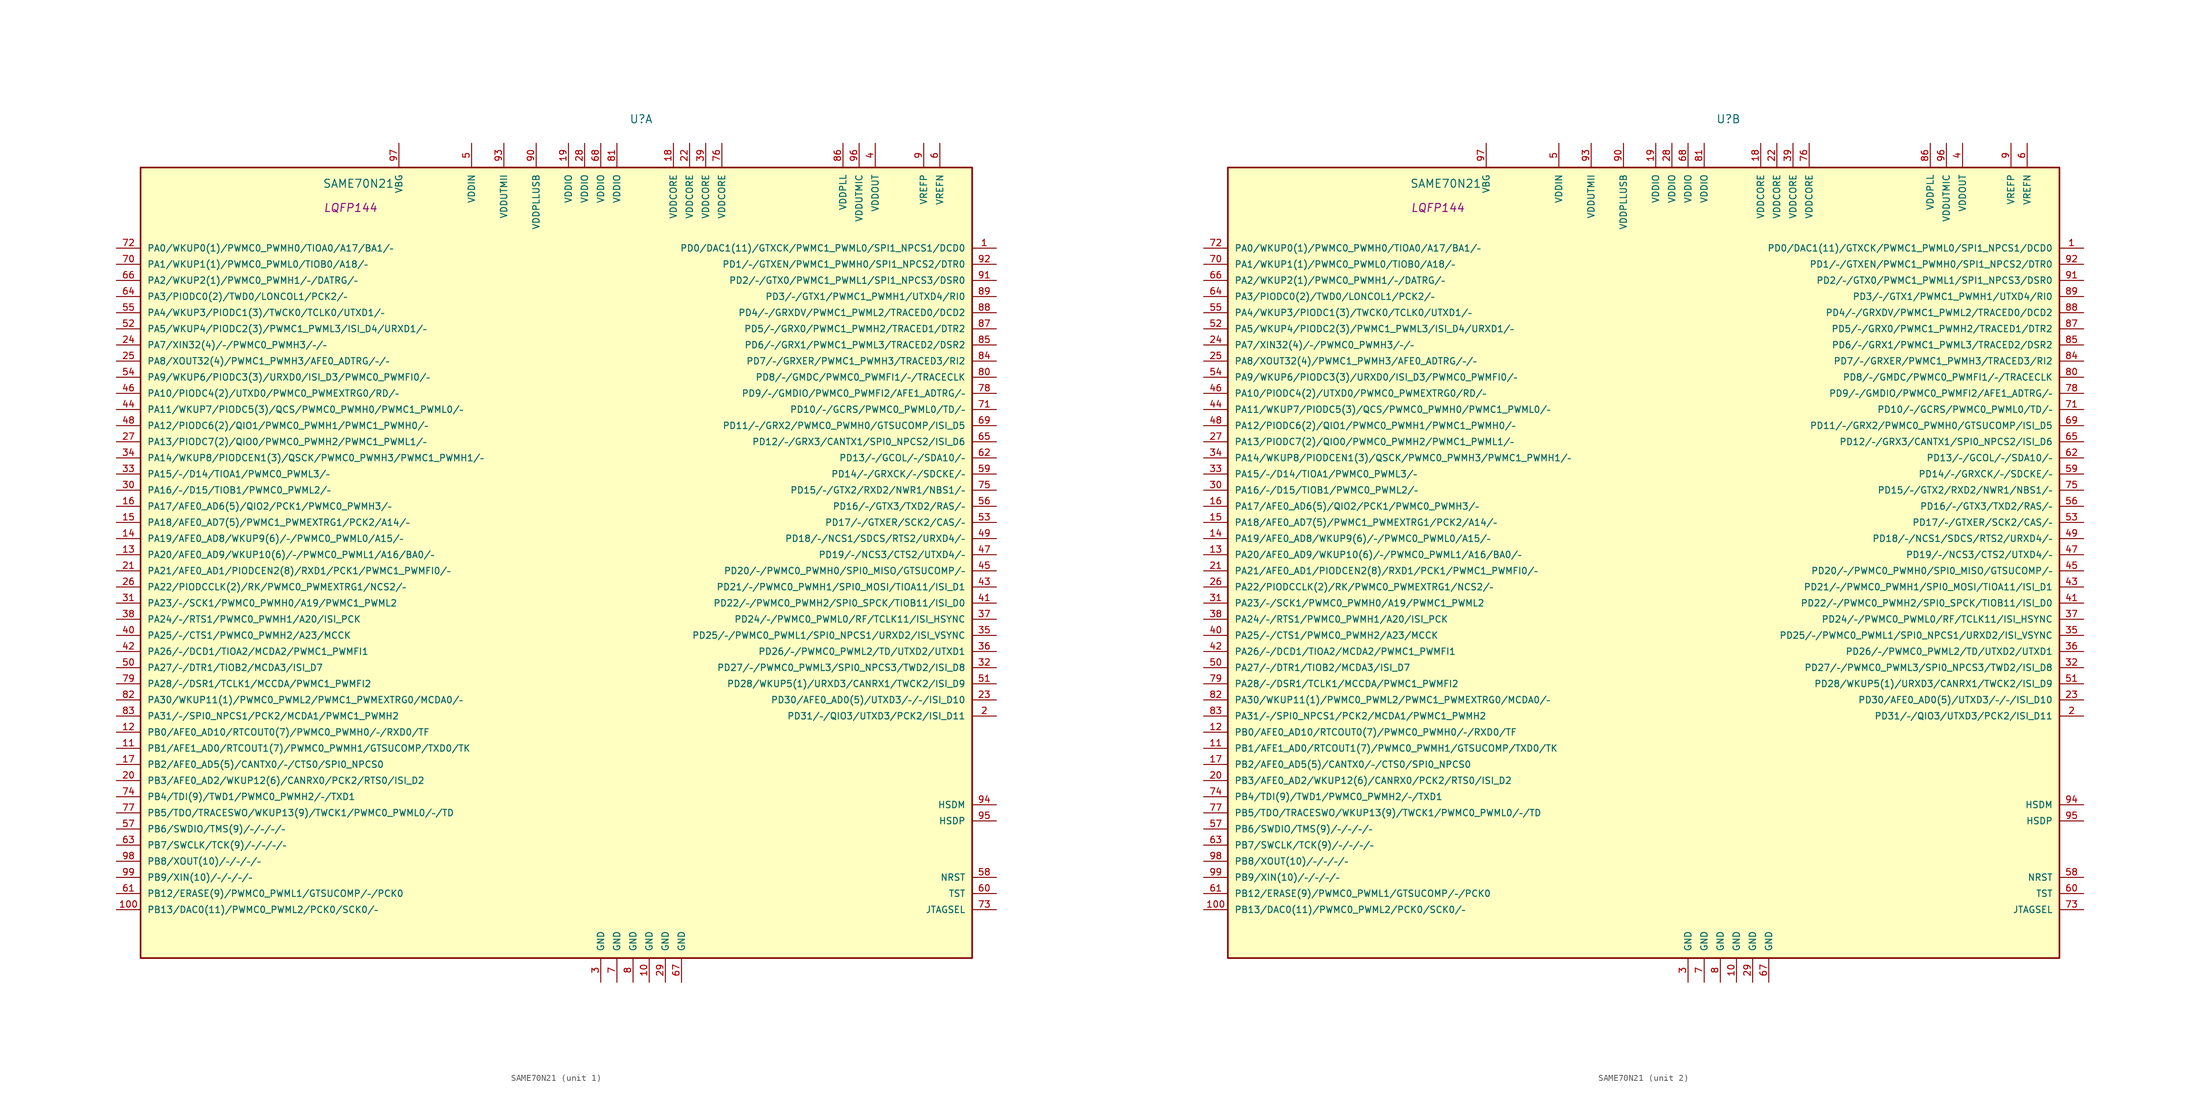
<source format=kicad_sym>
(kicad_symbol_lib
  (version 20231120)
  (generator "kicad_symbol_editor")
  (generator_version "8.0")
  (symbol "SAME70N21"
    (pin_names
      (offset 1.016))
    (property "Reference" "U"
      (at 0 69.85 0)
      (effects (font (size 1.27 1.27))))
    (property "Value" "SAME70N21"
      (at -44.45 59.69 0)
      (effects (font (size 1.27 1.27))))
    (property "Footprint" "LQFP144"
      (at -45.72 55.88 0)
      (effects (font (size 1.27 1.27) (italic yes))))
    (property "Datasheet" ""
      (at 1.27 11.43 0)
      (effects (font (size 1.27 1.27))))
    (property "ki_locked" ""
      (at 0 0 0)
      (effects (font (size 1.27 1.27))))
    (symbol "SAME70N21_0_1"
      (rectangle (start -78.74 62.23) (end 52.07 -62.23) (stroke (width 0.254) (type solid)) (fill (type background))))
    (symbol "SAME70N21_1_1"
      (pin bidirectional line (at 55.88 49.53 180) (length 3.81) (name "PD0/DAC1(11)/GTXCK/PWMC1_PWML0/SPI1_NPCS1/DCD0" (effects (font (size 1.016 1.016)))) (number "1" (effects (font (size 1.016 1.016)))))
      (pin power_in line (at 1.27 -66.04 90) (length 3.81) (name "GND" (effects (font (size 1.016 1.016)))) (number "10" (effects (font (size 1.016 1.016)))))
      (pin bidirectional line (at -82.55 -54.61 0) (length 3.81) (name "PB13/DAC0(11)/PWMC0_PWML2/PCK0/SCK0/–" (effects (font (size 1.016 1.016)))) (number "100" (effects (font (size 1.016 1.016)))))
      (pin bidirectional line (at -82.55 -29.21 0) (length 3.81) (name "PB1/AFE1_AD0/RTCOUT1(7)/PWMC0_PWMH1/GTSUCOMP/TXD0/TK" (effects (font (size 1.016 1.016)))) (number "11" (effects (font (size 1.016 1.016)))))
      (pin bidirectional line (at -82.55 -26.67 0) (length 3.81) (name "PB0/AFE0_AD10/RTCOUT0(7)/PWMC0_PWMH0/–/RXD0/TF" (effects (font (size 1.016 1.016)))) (number "12" (effects (font (size 1.016 1.016)))))
      (pin bidirectional line (at -82.55 1.27 0) (length 3.81) (name "PA20/AFE0_AD9/WKUP10(6)/–/PWMC0_PWML1/A16/BA0/–" (effects (font (size 1.016 1.016)))) (number "13" (effects (font (size 1.016 1.016)))))
      (pin bidirectional line (at -82.55 3.81 0) (length 3.81) (name "PA19/AFE0_AD8/WKUP9(6)/–/PWMC0_PWML0/A15/–" (effects (font (size 1.016 1.016)))) (number "14" (effects (font (size 1.016 1.016)))))
      (pin bidirectional line (at -82.55 6.35 0) (length 3.81) (name "PA18/AFE0_AD7(5)/PWMC1_PWMEXTRG1/PCK2/A14/–" (effects (font (size 1.016 1.016)))) (number "15" (effects (font (size 1.016 1.016)))))
      (pin bidirectional line (at -82.55 8.89 0) (length 3.81) (name "PA17/AFE0_AD6(5)/QIO2/PCK1/PWMC0_PWMH3/–" (effects (font (size 1.016 1.016)))) (number "16" (effects (font (size 1.016 1.016)))))
      (pin bidirectional line (at -82.55 -31.75 0) (length 3.81) (name "PB2/AFE0_AD5(5)/CANTX0/–/CTS0/SPI0_NPCS0" (effects (font (size 1.016 1.016)))) (number "17" (effects (font (size 1.016 1.016)))))
      (pin power_in line (at 5.08 66.04 270) (length 3.81) (name "VDDCORE" (effects (font (size 1.016 1.016)))) (number "18" (effects (font (size 1.016 1.016)))))
      (pin power_in line (at -11.43 66.04 270) (length 3.81) (name "VDDIO" (effects (font (size 1.016 1.016)))) (number "19" (effects (font (size 1.016 1.016)))))
      (pin bidirectional line (at 55.88 -24.13 180) (length 3.81) (name "PD31/–/QIO3/UTXD3/PCK2/ISI_D11" (effects (font (size 1.016 1.016)))) (number "2" (effects (font (size 1.016 1.016)))))
      (pin bidirectional line (at -82.55 -34.29 0) (length 3.81) (name "PB3/AFE0_AD2/WKUP12(6)/CANRX0/PCK2/RTS0/ISI_D2" (effects (font (size 1.016 1.016)))) (number "20" (effects (font (size 1.016 1.016)))))
      (pin bidirectional line (at -82.55 -1.27 0) (length 3.81) (name "PA21/AFE0_AD1/PIODCEN2(8)/RXD1/PCK1/PWMC1_PWMFI0/–" (effects (font (size 1.016 1.016)))) (number "21" (effects (font (size 1.016 1.016)))))
      (pin power_in line (at 7.62 66.04 270) (length 3.81) (name "VDDCORE" (effects (font (size 1.016 1.016)))) (number "22" (effects (font (size 1.016 1.016)))))
      (pin bidirectional line (at 55.88 -21.59 180) (length 3.81) (name "PD30/AFE0_AD0(5)/UTXD3/–/–/ISI_D10" (effects (font (size 1.016 1.016)))) (number "23" (effects (font (size 1.016 1.016)))))
      (pin bidirectional line (at -82.55 34.29 0) (length 3.81) (name "PA7/XIN32(4)/–/PWMC0_PWMH3/–/–" (effects (font (size 1.016 1.016)))) (number "24" (effects (font (size 1.016 1.016)))))
      (pin bidirectional line (at -82.55 31.75 0) (length 3.81) (name "PA8/XOUT32(4)/PWMC1_PWMH3/AFE0_ADTRG/–/–" (effects (font (size 1.016 1.016)))) (number "25" (effects (font (size 1.016 1.016)))))
      (pin bidirectional line (at -82.55 -3.81 0) (length 3.81) (name "PA22/PIODCCLK(2)/RK/PWMC0_PWMEXTRG1/NCS2/–" (effects (font (size 1.016 1.016)))) (number "26" (effects (font (size 1.016 1.016)))))
      (pin bidirectional line (at -82.55 19.05 0) (length 3.81) (name "PA13/PIODC7(2)/QIO0/PWMC0_PWMH2/PWMC1_PWML1/–" (effects (font (size 1.016 1.016)))) (number "27" (effects (font (size 1.016 1.016)))))
      (pin power_in line (at -8.89 66.04 270) (length 3.81) (name "VDDIO" (effects (font (size 1.016 1.016)))) (number "28" (effects (font (size 1.016 1.016)))))
      (pin power_in line (at 3.81 -66.04 90) (length 3.81) (name "GND" (effects (font (size 1.016 1.016)))) (number "29" (effects (font (size 1.016 1.016)))))
      (pin passive line (at -6.35 -66.04 90) (length 3.81) (name "GND" (effects (font (size 1.016 1.016)))) (number "3" (effects (font (size 1.016 1.016)))))
      (pin bidirectional line (at -82.55 11.43 0) (length 3.81) (name "PA16/–/D15/TIOB1/PWMC0_PWML2/–" (effects (font (size 1.016 1.016)))) (number "30" (effects (font (size 1.016 1.016)))))
      (pin bidirectional line (at -82.55 -6.35 0) (length 3.81) (name "PA23/–/SCK1/PWMC0_PWMH0/A19/PWMC1_PWML2" (effects (font (size 1.016 1.016)))) (number "31" (effects (font (size 1.016 1.016)))))
      (pin bidirectional line (at 55.88 -16.51 180) (length 3.81) (name "PD27/–/PWMC0_PWML3/SPI0_NPCS3/TWD2/ISI_D8" (effects (font (size 1.016 1.016)))) (number "32" (effects (font (size 1.016 1.016)))))
      (pin bidirectional line (at -82.55 13.97 0) (length 3.81) (name "PA15/–/D14/TIOA1/PWMC0_PWML3/–" (effects (font (size 1.016 1.016)))) (number "33" (effects (font (size 1.016 1.016)))))
      (pin bidirectional line (at -82.55 16.51 0) (length 3.81) (name "PA14/WKUP8/PIODCEN1(3)/QSCK/PWMC0_PWMH3/PWMC1_PWMH1/–" (effects (font (size 1.016 1.016)))) (number "34" (effects (font (size 1.016 1.016)))))
      (pin bidirectional line (at 55.88 -11.43 180) (length 3.81) (name "PD25/–/PWMC0_PWML1/SPI0_NPCS1/URXD2/ISI_VSYNC" (effects (font (size 1.016 1.016)))) (number "35" (effects (font (size 1.016 1.016)))))
      (pin bidirectional line (at 55.88 -13.97 180) (length 3.81) (name "PD26/–/PWMC0_PWML2/TD/UTXD2/UTXD1" (effects (font (size 1.016 1.016)))) (number "36" (effects (font (size 1.016 1.016)))))
      (pin bidirectional line (at 55.88 -8.89 180) (length 3.81) (name "PD24/–/PWMC0_PWML0/RF/TCLK11/ISI_HSYNC" (effects (font (size 1.016 1.016)))) (number "37" (effects (font (size 1.016 1.016)))))
      (pin bidirectional line (at -82.55 -8.89 0) (length 3.81) (name "PA24/–/RTS1/PWMC0_PWMH1/A20/ISI_PCK" (effects (font (size 1.016 1.016)))) (number "38" (effects (font (size 1.016 1.016)))))
      (pin power_in line (at 10.16 66.04 270) (length 3.81) (name "VDDCORE" (effects (font (size 1.016 1.016)))) (number "39" (effects (font (size 1.016 1.016)))))
      (pin power_out line (at 36.83 66.04 270) (length 3.81) (name "VDDOUT" (effects (font (size 1.016 1.016)))) (number "4" (effects (font (size 1.016 1.016)))))
      (pin bidirectional line (at -82.55 -11.43 0) (length 3.81) (name "PA25/–/CTS1/PWMC0_PWMH2/A23/MCCK" (effects (font (size 1.016 1.016)))) (number "40" (effects (font (size 1.016 1.016)))))
      (pin bidirectional line (at 55.88 -6.35 180) (length 3.81) (name "PD22/–/PWMC0_PWMH2/SPI0_SPCK/TIOB11/ISI_D0" (effects (font (size 1.016 1.016)))) (number "41" (effects (font (size 1.016 1.016)))))
      (pin bidirectional line (at -82.55 -13.97 0) (length 3.81) (name "PA26/–/DCD1/TIOA2/MCDA2/PWMC1_PWMFI1" (effects (font (size 1.016 1.016)))) (number "42" (effects (font (size 1.016 1.016)))))
      (pin bidirectional line (at 55.88 -3.81 180) (length 3.81) (name "PD21/–/PWMC0_PWMH1/SPI0_MOSI/TIOA11/ISI_D1" (effects (font (size 1.016 1.016)))) (number "43" (effects (font (size 1.016 1.016)))))
      (pin bidirectional line (at -82.55 24.13 0) (length 3.81) (name "PA11/WKUP7/PIODC5(3)/QCS/PWMC0_PWMH0/PWMC1_PWML0/–" (effects (font (size 1.016 1.016)))) (number "44" (effects (font (size 1.016 1.016)))))
      (pin bidirectional line (at 55.88 -1.27 180) (length 3.81) (name "PD20/–/PWMC0_PWMH0/SPI0_MISO/GTSUCOMP/–" (effects (font (size 1.016 1.016)))) (number "45" (effects (font (size 1.016 1.016)))))
      (pin bidirectional line (at -82.55 26.67 0) (length 3.81) (name "PA10/PIODC4(2)/UTXD0/PWMC0_PWMEXTRG0/RD/–" (effects (font (size 1.016 1.016)))) (number "46" (effects (font (size 1.016 1.016)))))
      (pin bidirectional line (at 55.88 1.27 180) (length 3.81) (name "PD19/–/NCS3/CTS2/UTXD4/–" (effects (font (size 1.016 1.016)))) (number "47" (effects (font (size 1.016 1.016)))))
      (pin bidirectional line (at -82.55 21.59 0) (length 3.81) (name "PA12/PIODC6(2)/QIO1/PWMC0_PWMH1/PWMC1_PWMH0/–" (effects (font (size 1.016 1.016)))) (number "48" (effects (font (size 1.016 1.016)))))
      (pin bidirectional line (at 55.88 3.81 180) (length 3.81) (name "PD18/–/NCS1/SDCS/RTS2/URXD4/–" (effects (font (size 1.016 1.016)))) (number "49" (effects (font (size 1.016 1.016)))))
      (pin power_in line (at -26.67 66.04 270) (length 3.81) (name "VDDIN" (effects (font (size 1.016 1.016)))) (number "5" (effects (font (size 1.016 1.016)))))
      (pin bidirectional line (at -82.55 -16.51 0) (length 3.81) (name "PA27/–/DTR1/TIOB2/MCDA3/ISI_D7" (effects (font (size 1.016 1.016)))) (number "50" (effects (font (size 1.016 1.016)))))
      (pin bidirectional line (at 55.88 -19.05 180) (length 3.81) (name "PD28/WKUP5(1)/URXD3/CANRX1/TWCK2/ISI_D9" (effects (font (size 1.016 1.016)))) (number "51" (effects (font (size 1.016 1.016)))))
      (pin bidirectional line (at -82.55 36.83 0) (length 3.81) (name "PA5/WKUP4/PIODC2(3)/PWMC1_PWML3/ISI_D4/URXD1/–" (effects (font (size 1.016 1.016)))) (number "52" (effects (font (size 1.016 1.016)))))
      (pin bidirectional line (at 55.88 6.35 180) (length 3.81) (name "PD17/–/GTXER/SCK2/CAS/–" (effects (font (size 1.016 1.016)))) (number "53" (effects (font (size 1.016 1.016)))))
      (pin bidirectional line (at -82.55 29.21 0) (length 3.81) (name "PA9/WKUP6/PIODC3(3)/URXD0/ISI_D3/PWMC0_PWMFI0/–" (effects (font (size 1.016 1.016)))) (number "54" (effects (font (size 1.016 1.016)))))
      (pin bidirectional line (at -82.55 39.37 0) (length 3.81) (name "PA4/WKUP3/PIODC1(3)/TWCK0/TCLK0/UTXD1/–" (effects (font (size 1.016 1.016)))) (number "55" (effects (font (size 1.016 1.016)))))
      (pin bidirectional line (at 55.88 8.89 180) (length 3.81) (name "PD16/–/GTX3/TXD2/RAS/–" (effects (font (size 1.016 1.016)))) (number "56" (effects (font (size 1.016 1.016)))))
      (pin bidirectional line (at -82.55 -41.91 0) (length 3.81) (name "PB6/SWDIO/TMS(9)/–/–/–/–" (effects (font (size 1.016 1.016)))) (number "57" (effects (font (size 1.016 1.016)))))
      (pin power_in line (at 55.88 -49.53 180) (length 3.81) (name "NRST" (effects (font (size 1.016 1.016)))) (number "58" (effects (font (size 1.016 1.016)))))
      (pin bidirectional line (at 55.88 13.97 180) (length 3.81) (name "PD14/–/GRXCK/–/SDCKE/–" (effects (font (size 1.016 1.016)))) (number "59" (effects (font (size 1.016 1.016)))))
      (pin power_in line (at 46.99 66.04 270) (length 3.81) (name "VREFN" (effects (font (size 1.016 1.016)))) (number "6" (effects (font (size 1.016 1.016)))))
      (pin power_in line (at 55.88 -52.07 180) (length 3.81) (name "TST" (effects (font (size 1.016 1.016)))) (number "60" (effects (font (size 1.016 1.016)))))
      (pin bidirectional line (at -82.55 -52.07 0) (length 3.81) (name "PB12/ERASE(9)/PWMC0_PWML1/GTSUCOMP/–/PCK0" (effects (font (size 1.016 1.016)))) (number "61" (effects (font (size 1.016 1.016)))))
      (pin bidirectional line (at 55.88 16.51 180) (length 3.81) (name "PD13/–/GCOL/–/SDA10/–" (effects (font (size 1.016 1.016)))) (number "62" (effects (font (size 1.016 1.016)))))
      (pin bidirectional line (at -82.55 -44.45 0) (length 3.81) (name "PB7/SWCLK/TCK(9)/–/–/–/–" (effects (font (size 1.016 1.016)))) (number "63" (effects (font (size 1.016 1.016)))))
      (pin bidirectional line (at -82.55 41.91 0) (length 3.81) (name "PA3/PIODC0(2)/TWD0/LONCOL1/PCK2/–" (effects (font (size 1.016 1.016)))) (number "64" (effects (font (size 1.016 1.016)))))
      (pin bidirectional line (at 55.88 19.05 180) (length 3.81) (name "PD12/–/GRX3/CANTX1/SPI0_NPCS2/ISI_D6" (effects (font (size 1.016 1.016)))) (number "65" (effects (font (size 1.016 1.016)))))
      (pin bidirectional line (at -82.55 44.45 0) (length 3.81) (name "PA2/WKUP2(1)/PWMC0_PWMH1/–/DATRG/–" (effects (font (size 1.016 1.016)))) (number "66" (effects (font (size 1.016 1.016)))))
      (pin power_in line (at 6.35 -66.04 90) (length 3.81) (name "GND" (effects (font (size 1.016 1.016)))) (number "67" (effects (font (size 1.016 1.016)))))
      (pin power_in line (at -6.35 66.04 270) (length 3.81) (name "VDDIO" (effects (font (size 1.016 1.016)))) (number "68" (effects (font (size 1.016 1.016)))))
      (pin bidirectional line (at 55.88 21.59 180) (length 3.81) (name "PD11/–/GRX2/PWMC0_PWMH0/GTSUCOMP/ISI_D5" (effects (font (size 1.016 1.016)))) (number "69" (effects (font (size 1.016 1.016)))))
      (pin passive line (at -3.81 -66.04 90) (length 3.81) (name "GND" (effects (font (size 1.016 1.016)))) (number "7" (effects (font (size 1.016 1.016)))))
      (pin bidirectional line (at -82.55 46.99 0) (length 3.81) (name "PA1/WKUP1(1)/PWMC0_PWML0/TIOB0/A18/–" (effects (font (size 1.016 1.016)))) (number "70" (effects (font (size 1.016 1.016)))))
      (pin bidirectional line (at 55.88 24.13 180) (length 3.81) (name "PD10/–/GCRS/PWMC0_PWML0/TD/–" (effects (font (size 1.016 1.016)))) (number "71" (effects (font (size 1.016 1.016)))))
      (pin bidirectional line (at -82.55 49.53 0) (length 3.81) (name "PA0/WKUP0(1)/PWMC0_PWMH0/TIOA0/A17/BA1/–" (effects (font (size 1.016 1.016)))) (number "72" (effects (font (size 1.016 1.016)))))
      (pin passive line (at 55.88 -54.61 180) (length 3.81) (name "JTAGSEL" (effects (font (size 1.016 1.016)))) (number "73" (effects (font (size 1.016 1.016)))))
      (pin bidirectional line (at -82.55 -36.83 0) (length 3.81) (name "PB4/TDI(9)/TWD1/PWMC0_PWMH2/–/TXD1" (effects (font (size 1.016 1.016)))) (number "74" (effects (font (size 1.016 1.016)))))
      (pin bidirectional line (at 55.88 11.43 180) (length 3.81) (name "PD15/–/GTX2/RXD2/NWR1/NBS1/–" (effects (font (size 1.016 1.016)))) (number "75" (effects (font (size 1.016 1.016)))))
      (pin power_in line (at 12.7 66.04 270) (length 3.81) (name "VDDCORE" (effects (font (size 1.016 1.016)))) (number "76" (effects (font (size 1.016 1.016)))))
      (pin bidirectional line (at -82.55 -39.37 0) (length 3.81) (name "PB5/TDO/TRACESWO/WKUP13(9)/TWCK1/PWMC0_PWML0/–/TD" (effects (font (size 1.016 1.016)))) (number "77" (effects (font (size 1.016 1.016)))))
      (pin bidirectional line (at 55.88 26.67 180) (length 3.81) (name "PD9/–/GMDIO/PWMC0_PWMFI2/AFE1_ADTRG/–" (effects (font (size 1.016 1.016)))) (number "78" (effects (font (size 1.016 1.016)))))
      (pin bidirectional line (at -82.55 -19.05 0) (length 3.81) (name "PA28/–/DSR1/TCLK1/MCCDA/PWMC1_PWMFI2" (effects (font (size 1.016 1.016)))) (number "79" (effects (font (size 1.016 1.016)))))
      (pin power_in line (at -1.27 -66.04 90) (length 3.81) (name "GND" (effects (font (size 1.016 1.016)))) (number "8" (effects (font (size 1.016 1.016)))))
      (pin bidirectional line (at 55.88 29.21 180) (length 3.81) (name "PD8/–/GMDC/PWMC0_PWMFI1/–/TRACECLK" (effects (font (size 1.016 1.016)))) (number "80" (effects (font (size 1.016 1.016)))))
      (pin power_in line (at -3.81 66.04 270) (length 3.81) (name "VDDIO" (effects (font (size 1.016 1.016)))) (number "81" (effects (font (size 1.016 1.016)))))
      (pin bidirectional line (at -82.55 -21.59 0) (length 3.81) (name "PA30/WKUP11(1)/PWMC0_PWML2/PWMC1_PWMEXTRG0/MCDA0/–" (effects (font (size 1.016 1.016)))) (number "82" (effects (font (size 1.016 1.016)))))
      (pin bidirectional line (at -82.55 -24.13 0) (length 3.81) (name "PA31/–/SPI0_NPCS1/PCK2/MCDA1/PWMC1_PWMH2" (effects (font (size 1.016 1.016)))) (number "83" (effects (font (size 1.016 1.016)))))
      (pin bidirectional line (at 55.88 31.75 180) (length 3.81) (name "PD7/–/GRXER/PWMC1_PWMH3/TRACED3/RI2" (effects (font (size 1.016 1.016)))) (number "84" (effects (font (size 1.016 1.016)))))
      (pin bidirectional line (at 55.88 34.29 180) (length 3.81) (name "PD6/–/GRX1/PWMC1_PWML3/TRACED2/DSR2" (effects (font (size 1.016 1.016)))) (number "85" (effects (font (size 1.016 1.016)))))
      (pin power_in line (at 31.75 66.04 270) (length 3.81) (name "VDDPLL" (effects (font (size 1.016 1.016)))) (number "86" (effects (font (size 1.016 1.016)))))
      (pin bidirectional line (at 55.88 36.83 180) (length 3.81) (name "PD5/–/GRX0/PWMC1_PWMH2/TRACED1/DTR2" (effects (font (size 1.016 1.016)))) (number "87" (effects (font (size 1.016 1.016)))))
      (pin bidirectional line (at 55.88 39.37 180) (length 3.81) (name "PD4/–/GRXDV/PWMC1_PWML2/TRACED0/DCD2" (effects (font (size 1.016 1.016)))) (number "88" (effects (font (size 1.016 1.016)))))
      (pin bidirectional line (at 55.88 41.91 180) (length 3.81) (name "PD3/–/GTX1/PWMC1_PWMH1/UTXD4/RI0" (effects (font (size 1.016 1.016)))) (number "89" (effects (font (size 1.016 1.016)))))
      (pin power_in line (at 44.45 66.04 270) (length 3.81) (name "VREFP" (effects (font (size 1.016 1.016)))) (number "9" (effects (font (size 1.016 1.016)))))
      (pin power_in line (at -16.51 66.04 270) (length 3.81) (name "VDDPLLUSB" (effects (font (size 1.016 1.016)))) (number "90" (effects (font (size 1.016 1.016)))))
      (pin bidirectional line (at 55.88 44.45 180) (length 3.81) (name "PD2/–/GTX0/PWMC1_PWML1/SPI1_NPCS3/DSR0" (effects (font (size 1.016 1.016)))) (number "91" (effects (font (size 1.016 1.016)))))
      (pin bidirectional line (at 55.88 46.99 180) (length 3.81) (name "PD1/–/GTXEN/PWMC1_PWMH0/SPI1_NPCS2/DTR0" (effects (font (size 1.016 1.016)))) (number "92" (effects (font (size 1.016 1.016)))))
      (pin passive line (at -21.59 66.04 270) (length 3.81) (name "VDDUTMII" (effects (font (size 1.016 1.016)))) (number "93" (effects (font (size 1.016 1.016)))))
      (pin passive line (at 55.88 -38.1 180) (length 3.81) (name "HSDM" (effects (font (size 1.016 1.016)))) (number "94" (effects (font (size 1.016 1.016)))))
      (pin passive line (at 55.88 -40.64 180) (length 3.81) (name "HSDP" (effects (font (size 1.016 1.016)))) (number "95" (effects (font (size 1.016 1.016)))))
      (pin power_in line (at 34.29 66.04 270) (length 3.81) (name "VDDUTMIC" (effects (font (size 1.016 1.016)))) (number "96" (effects (font (size 1.016 1.016)))))
      (pin power_out line (at -38.1 66.04 270) (length 3.81) (name "VBG" (effects (font (size 1.016 1.016)))) (number "97" (effects (font (size 1.016 1.016)))))
      (pin bidirectional line (at -82.55 -46.99 0) (length 3.81) (name "PB8/XOUT(10)/–/–/–/–" (effects (font (size 1.016 1.016)))) (number "98" (effects (font (size 1.016 1.016)))))
      (pin bidirectional line (at -82.55 -49.53 0) (length 3.81) (name "PB9/XIN(10)/–/–/–/–" (effects (font (size 1.016 1.016)))) (number "99" (effects (font (size 1.016 1.016))))))
    (symbol "SAME70N21_2_1"
      (pin bidirectional line (at 55.88 49.53 180) (length 3.81) (name "PD0/DAC1(11)/GTXCK/PWMC1_PWML0/SPI1_NPCS1/DCD0" (effects (font (size 1.016 1.016)))) (number "1" (effects (font (size 1.016 1.016)))))
      (pin power_in line (at 1.27 -66.04 90) (length 3.81) (name "GND" (effects (font (size 1.016 1.016)))) (number "10" (effects (font (size 1.016 1.016)))))
      (pin bidirectional line (at -82.55 -54.61 0) (length 3.81) (name "PB13/DAC0(11)/PWMC0_PWML2/PCK0/SCK0/–" (effects (font (size 1.016 1.016)))) (number "100" (effects (font (size 1.016 1.016)))))
      (pin bidirectional line (at -82.55 -29.21 0) (length 3.81) (name "PB1/AFE1_AD0/RTCOUT1(7)/PWMC0_PWMH1/GTSUCOMP/TXD0/TK" (effects (font (size 1.016 1.016)))) (number "11" (effects (font (size 1.016 1.016)))))
      (pin bidirectional line (at -82.55 -26.67 0) (length 3.81) (name "PB0/AFE0_AD10/RTCOUT0(7)/PWMC0_PWMH0/–/RXD0/TF" (effects (font (size 1.016 1.016)))) (number "12" (effects (font (size 1.016 1.016)))))
      (pin bidirectional line (at -82.55 1.27 0) (length 3.81) (name "PA20/AFE0_AD9/WKUP10(6)/–/PWMC0_PWML1/A16/BA0/–" (effects (font (size 1.016 1.016)))) (number "13" (effects (font (size 1.016 1.016)))))
      (pin bidirectional line (at -82.55 3.81 0) (length 3.81) (name "PA19/AFE0_AD8/WKUP9(6)/–/PWMC0_PWML0/A15/–" (effects (font (size 1.016 1.016)))) (number "14" (effects (font (size 1.016 1.016)))))
      (pin bidirectional line (at -82.55 6.35 0) (length 3.81) (name "PA18/AFE0_AD7(5)/PWMC1_PWMEXTRG1/PCK2/A14/–" (effects (font (size 1.016 1.016)))) (number "15" (effects (font (size 1.016 1.016)))))
      (pin bidirectional line (at -82.55 8.89 0) (length 3.81) (name "PA17/AFE0_AD6(5)/QIO2/PCK1/PWMC0_PWMH3/–" (effects (font (size 1.016 1.016)))) (number "16" (effects (font (size 1.016 1.016)))))
      (pin bidirectional line (at -82.55 -31.75 0) (length 3.81) (name "PB2/AFE0_AD5(5)/CANTX0/–/CTS0/SPI0_NPCS0" (effects (font (size 1.016 1.016)))) (number "17" (effects (font (size 1.016 1.016)))))
      (pin power_in line (at 5.08 66.04 270) (length 3.81) (name "VDDCORE" (effects (font (size 1.016 1.016)))) (number "18" (effects (font (size 1.016 1.016)))))
      (pin power_in line (at -11.43 66.04 270) (length 3.81) (name "VDDIO" (effects (font (size 1.016 1.016)))) (number "19" (effects (font (size 1.016 1.016)))))
      (pin bidirectional line (at 55.88 -24.13 180) (length 3.81) (name "PD31/–/QIO3/UTXD3/PCK2/ISI_D11" (effects (font (size 1.016 1.016)))) (number "2" (effects (font (size 1.016 1.016)))))
      (pin bidirectional line (at -82.55 -34.29 0) (length 3.81) (name "PB3/AFE0_AD2/WKUP12(6)/CANRX0/PCK2/RTS0/ISI_D2" (effects (font (size 1.016 1.016)))) (number "20" (effects (font (size 1.016 1.016)))))
      (pin bidirectional line (at -82.55 -1.27 0) (length 3.81) (name "PA21/AFE0_AD1/PIODCEN2(8)/RXD1/PCK1/PWMC1_PWMFI0/–" (effects (font (size 1.016 1.016)))) (number "21" (effects (font (size 1.016 1.016)))))
      (pin power_in line (at 7.62 66.04 270) (length 3.81) (name "VDDCORE" (effects (font (size 1.016 1.016)))) (number "22" (effects (font (size 1.016 1.016)))))
      (pin bidirectional line (at 55.88 -21.59 180) (length 3.81) (name "PD30/AFE0_AD0(5)/UTXD3/–/–/ISI_D10" (effects (font (size 1.016 1.016)))) (number "23" (effects (font (size 1.016 1.016)))))
      (pin bidirectional line (at -82.55 34.29 0) (length 3.81) (name "PA7/XIN32(4)/–/PWMC0_PWMH3/–/–" (effects (font (size 1.016 1.016)))) (number "24" (effects (font (size 1.016 1.016)))))
      (pin bidirectional line (at -82.55 31.75 0) (length 3.81) (name "PA8/XOUT32(4)/PWMC1_PWMH3/AFE0_ADTRG/–/–" (effects (font (size 1.016 1.016)))) (number "25" (effects (font (size 1.016 1.016)))))
      (pin bidirectional line (at -82.55 -3.81 0) (length 3.81) (name "PA22/PIODCCLK(2)/RK/PWMC0_PWMEXTRG1/NCS2/–" (effects (font (size 1.016 1.016)))) (number "26" (effects (font (size 1.016 1.016)))))
      (pin bidirectional line (at -82.55 19.05 0) (length 3.81) (name "PA13/PIODC7(2)/QIO0/PWMC0_PWMH2/PWMC1_PWML1/–" (effects (font (size 1.016 1.016)))) (number "27" (effects (font (size 1.016 1.016)))))
      (pin power_in line (at -8.89 66.04 270) (length 3.81) (name "VDDIO" (effects (font (size 1.016 1.016)))) (number "28" (effects (font (size 1.016 1.016)))))
      (pin power_in line (at 3.81 -66.04 90) (length 3.81) (name "GND" (effects (font (size 1.016 1.016)))) (number "29" (effects (font (size 1.016 1.016)))))
      (pin passive line (at -6.35 -66.04 90) (length 3.81) (name "GND" (effects (font (size 1.016 1.016)))) (number "3" (effects (font (size 1.016 1.016)))))
      (pin bidirectional line (at -82.55 11.43 0) (length 3.81) (name "PA16/–/D15/TIOB1/PWMC0_PWML2/–" (effects (font (size 1.016 1.016)))) (number "30" (effects (font (size 1.016 1.016)))))
      (pin bidirectional line (at -82.55 -6.35 0) (length 3.81) (name "PA23/–/SCK1/PWMC0_PWMH0/A19/PWMC1_PWML2" (effects (font (size 1.016 1.016)))) (number "31" (effects (font (size 1.016 1.016)))))
      (pin bidirectional line (at 55.88 -16.51 180) (length 3.81) (name "PD27/–/PWMC0_PWML3/SPI0_NPCS3/TWD2/ISI_D8" (effects (font (size 1.016 1.016)))) (number "32" (effects (font (size 1.016 1.016)))))
      (pin bidirectional line (at -82.55 13.97 0) (length 3.81) (name "PA15/–/D14/TIOA1/PWMC0_PWML3/–" (effects (font (size 1.016 1.016)))) (number "33" (effects (font (size 1.016 1.016)))))
      (pin bidirectional line (at -82.55 16.51 0) (length 3.81) (name "PA14/WKUP8/PIODCEN1(3)/QSCK/PWMC0_PWMH3/PWMC1_PWMH1/–" (effects (font (size 1.016 1.016)))) (number "34" (effects (font (size 1.016 1.016)))))
      (pin bidirectional line (at 55.88 -11.43 180) (length 3.81) (name "PD25/–/PWMC0_PWML1/SPI0_NPCS1/URXD2/ISI_VSYNC" (effects (font (size 1.016 1.016)))) (number "35" (effects (font (size 1.016 1.016)))))
      (pin bidirectional line (at 55.88 -13.97 180) (length 3.81) (name "PD26/–/PWMC0_PWML2/TD/UTXD2/UTXD1" (effects (font (size 1.016 1.016)))) (number "36" (effects (font (size 1.016 1.016)))))
      (pin bidirectional line (at 55.88 -8.89 180) (length 3.81) (name "PD24/–/PWMC0_PWML0/RF/TCLK11/ISI_HSYNC" (effects (font (size 1.016 1.016)))) (number "37" (effects (font (size 1.016 1.016)))))
      (pin bidirectional line (at -82.55 -8.89 0) (length 3.81) (name "PA24/–/RTS1/PWMC0_PWMH1/A20/ISI_PCK" (effects (font (size 1.016 1.016)))) (number "38" (effects (font (size 1.016 1.016)))))
      (pin power_in line (at 10.16 66.04 270) (length 3.81) (name "VDDCORE" (effects (font (size 1.016 1.016)))) (number "39" (effects (font (size 1.016 1.016)))))
      (pin power_out line (at 36.83 66.04 270) (length 3.81) (name "VDDOUT" (effects (font (size 1.016 1.016)))) (number "4" (effects (font (size 1.016 1.016)))))
      (pin bidirectional line (at -82.55 -11.43 0) (length 3.81) (name "PA25/–/CTS1/PWMC0_PWMH2/A23/MCCK" (effects (font (size 1.016 1.016)))) (number "40" (effects (font (size 1.016 1.016)))))
      (pin bidirectional line (at 55.88 -6.35 180) (length 3.81) (name "PD22/–/PWMC0_PWMH2/SPI0_SPCK/TIOB11/ISI_D0" (effects (font (size 1.016 1.016)))) (number "41" (effects (font (size 1.016 1.016)))))
      (pin bidirectional line (at -82.55 -13.97 0) (length 3.81) (name "PA26/–/DCD1/TIOA2/MCDA2/PWMC1_PWMFI1" (effects (font (size 1.016 1.016)))) (number "42" (effects (font (size 1.016 1.016)))))
      (pin bidirectional line (at 55.88 -3.81 180) (length 3.81) (name "PD21/–/PWMC0_PWMH1/SPI0_MOSI/TIOA11/ISI_D1" (effects (font (size 1.016 1.016)))) (number "43" (effects (font (size 1.016 1.016)))))
      (pin bidirectional line (at -82.55 24.13 0) (length 3.81) (name "PA11/WKUP7/PIODC5(3)/QCS/PWMC0_PWMH0/PWMC1_PWML0/–" (effects (font (size 1.016 1.016)))) (number "44" (effects (font (size 1.016 1.016)))))
      (pin bidirectional line (at 55.88 -1.27 180) (length 3.81) (name "PD20/–/PWMC0_PWMH0/SPI0_MISO/GTSUCOMP/–" (effects (font (size 1.016 1.016)))) (number "45" (effects (font (size 1.016 1.016)))))
      (pin bidirectional line (at -82.55 26.67 0) (length 3.81) (name "PA10/PIODC4(2)/UTXD0/PWMC0_PWMEXTRG0/RD/–" (effects (font (size 1.016 1.016)))) (number "46" (effects (font (size 1.016 1.016)))))
      (pin bidirectional line (at 55.88 1.27 180) (length 3.81) (name "PD19/–/NCS3/CTS2/UTXD4/–" (effects (font (size 1.016 1.016)))) (number "47" (effects (font (size 1.016 1.016)))))
      (pin bidirectional line (at -82.55 21.59 0) (length 3.81) (name "PA12/PIODC6(2)/QIO1/PWMC0_PWMH1/PWMC1_PWMH0/–" (effects (font (size 1.016 1.016)))) (number "48" (effects (font (size 1.016 1.016)))))
      (pin bidirectional line (at 55.88 3.81 180) (length 3.81) (name "PD18/–/NCS1/SDCS/RTS2/URXD4/–" (effects (font (size 1.016 1.016)))) (number "49" (effects (font (size 1.016 1.016)))))
      (pin power_in line (at -26.67 66.04 270) (length 3.81) (name "VDDIN" (effects (font (size 1.016 1.016)))) (number "5" (effects (font (size 1.016 1.016)))))
      (pin bidirectional line (at -82.55 -16.51 0) (length 3.81) (name "PA27/–/DTR1/TIOB2/MCDA3/ISI_D7" (effects (font (size 1.016 1.016)))) (number "50" (effects (font (size 1.016 1.016)))))
      (pin bidirectional line (at 55.88 -19.05 180) (length 3.81) (name "PD28/WKUP5(1)/URXD3/CANRX1/TWCK2/ISI_D9" (effects (font (size 1.016 1.016)))) (number "51" (effects (font (size 1.016 1.016)))))
      (pin bidirectional line (at -82.55 36.83 0) (length 3.81) (name "PA5/WKUP4/PIODC2(3)/PWMC1_PWML3/ISI_D4/URXD1/–" (effects (font (size 1.016 1.016)))) (number "52" (effects (font (size 1.016 1.016)))))
      (pin bidirectional line (at 55.88 6.35 180) (length 3.81) (name "PD17/–/GTXER/SCK2/CAS/–" (effects (font (size 1.016 1.016)))) (number "53" (effects (font (size 1.016 1.016)))))
      (pin bidirectional line (at -82.55 29.21 0) (length 3.81) (name "PA9/WKUP6/PIODC3(3)/URXD0/ISI_D3/PWMC0_PWMFI0/–" (effects (font (size 1.016 1.016)))) (number "54" (effects (font (size 1.016 1.016)))))
      (pin bidirectional line (at -82.55 39.37 0) (length 3.81) (name "PA4/WKUP3/PIODC1(3)/TWCK0/TCLK0/UTXD1/–" (effects (font (size 1.016 1.016)))) (number "55" (effects (font (size 1.016 1.016)))))
      (pin bidirectional line (at 55.88 8.89 180) (length 3.81) (name "PD16/–/GTX3/TXD2/RAS/–" (effects (font (size 1.016 1.016)))) (number "56" (effects (font (size 1.016 1.016)))))
      (pin bidirectional line (at -82.55 -41.91 0) (length 3.81) (name "PB6/SWDIO/TMS(9)/–/–/–/–" (effects (font (size 1.016 1.016)))) (number "57" (effects (font (size 1.016 1.016)))))
      (pin power_in line (at 55.88 -49.53 180) (length 3.81) (name "NRST" (effects (font (size 1.016 1.016)))) (number "58" (effects (font (size 1.016 1.016)))))
      (pin bidirectional line (at 55.88 13.97 180) (length 3.81) (name "PD14/–/GRXCK/–/SDCKE/–" (effects (font (size 1.016 1.016)))) (number "59" (effects (font (size 1.016 1.016)))))
      (pin power_in line (at 46.99 66.04 270) (length 3.81) (name "VREFN" (effects (font (size 1.016 1.016)))) (number "6" (effects (font (size 1.016 1.016)))))
      (pin power_in line (at 55.88 -52.07 180) (length 3.81) (name "TST" (effects (font (size 1.016 1.016)))) (number "60" (effects (font (size 1.016 1.016)))))
      (pin bidirectional line (at -82.55 -52.07 0) (length 3.81) (name "PB12/ERASE(9)/PWMC0_PWML1/GTSUCOMP/–/PCK0" (effects (font (size 1.016 1.016)))) (number "61" (effects (font (size 1.016 1.016)))))
      (pin bidirectional line (at 55.88 16.51 180) (length 3.81) (name "PD13/–/GCOL/–/SDA10/–" (effects (font (size 1.016 1.016)))) (number "62" (effects (font (size 1.016 1.016)))))
      (pin bidirectional line (at -82.55 -44.45 0) (length 3.81) (name "PB7/SWCLK/TCK(9)/–/–/–/–" (effects (font (size 1.016 1.016)))) (number "63" (effects (font (size 1.016 1.016)))))
      (pin bidirectional line (at -82.55 41.91 0) (length 3.81) (name "PA3/PIODC0(2)/TWD0/LONCOL1/PCK2/–" (effects (font (size 1.016 1.016)))) (number "64" (effects (font (size 1.016 1.016)))))
      (pin bidirectional line (at 55.88 19.05 180) (length 3.81) (name "PD12/–/GRX3/CANTX1/SPI0_NPCS2/ISI_D6" (effects (font (size 1.016 1.016)))) (number "65" (effects (font (size 1.016 1.016)))))
      (pin bidirectional line (at -82.55 44.45 0) (length 3.81) (name "PA2/WKUP2(1)/PWMC0_PWMH1/–/DATRG/–" (effects (font (size 1.016 1.016)))) (number "66" (effects (font (size 1.016 1.016)))))
      (pin power_in line (at 6.35 -66.04 90) (length 3.81) (name "GND" (effects (font (size 1.016 1.016)))) (number "67" (effects (font (size 1.016 1.016)))))
      (pin power_in line (at -6.35 66.04 270) (length 3.81) (name "VDDIO" (effects (font (size 1.016 1.016)))) (number "68" (effects (font (size 1.016 1.016)))))
      (pin bidirectional line (at 55.88 21.59 180) (length 3.81) (name "PD11/–/GRX2/PWMC0_PWMH0/GTSUCOMP/ISI_D5" (effects (font (size 1.016 1.016)))) (number "69" (effects (font (size 1.016 1.016)))))
      (pin passive line (at -3.81 -66.04 90) (length 3.81) (name "GND" (effects (font (size 1.016 1.016)))) (number "7" (effects (font (size 1.016 1.016)))))
      (pin bidirectional line (at -82.55 46.99 0) (length 3.81) (name "PA1/WKUP1(1)/PWMC0_PWML0/TIOB0/A18/–" (effects (font (size 1.016 1.016)))) (number "70" (effects (font (size 1.016 1.016)))))
      (pin bidirectional line (at 55.88 24.13 180) (length 3.81) (name "PD10/–/GCRS/PWMC0_PWML0/TD/–" (effects (font (size 1.016 1.016)))) (number "71" (effects (font (size 1.016 1.016)))))
      (pin bidirectional line (at -82.55 49.53 0) (length 3.81) (name "PA0/WKUP0(1)/PWMC0_PWMH0/TIOA0/A17/BA1/–" (effects (font (size 1.016 1.016)))) (number "72" (effects (font (size 1.016 1.016)))))
      (pin passive line (at 55.88 -54.61 180) (length 3.81) (name "JTAGSEL" (effects (font (size 1.016 1.016)))) (number "73" (effects (font (size 1.016 1.016)))))
      (pin bidirectional line (at -82.55 -36.83 0) (length 3.81) (name "PB4/TDI(9)/TWD1/PWMC0_PWMH2/–/TXD1" (effects (font (size 1.016 1.016)))) (number "74" (effects (font (size 1.016 1.016)))))
      (pin bidirectional line (at 55.88 11.43 180) (length 3.81) (name "PD15/–/GTX2/RXD2/NWR1/NBS1/–" (effects (font (size 1.016 1.016)))) (number "75" (effects (font (size 1.016 1.016)))))
      (pin power_in line (at 12.7 66.04 270) (length 3.81) (name "VDDCORE" (effects (font (size 1.016 1.016)))) (number "76" (effects (font (size 1.016 1.016)))))
      (pin bidirectional line (at -82.55 -39.37 0) (length 3.81) (name "PB5/TDO/TRACESWO/WKUP13(9)/TWCK1/PWMC0_PWML0/–/TD" (effects (font (size 1.016 1.016)))) (number "77" (effects (font (size 1.016 1.016)))))
      (pin bidirectional line (at 55.88 26.67 180) (length 3.81) (name "PD9/–/GMDIO/PWMC0_PWMFI2/AFE1_ADTRG/–" (effects (font (size 1.016 1.016)))) (number "78" (effects (font (size 1.016 1.016)))))
      (pin bidirectional line (at -82.55 -19.05 0) (length 3.81) (name "PA28/–/DSR1/TCLK1/MCCDA/PWMC1_PWMFI2" (effects (font (size 1.016 1.016)))) (number "79" (effects (font (size 1.016 1.016)))))
      (pin power_in line (at -1.27 -66.04 90) (length 3.81) (name "GND" (effects (font (size 1.016 1.016)))) (number "8" (effects (font (size 1.016 1.016)))))
      (pin bidirectional line (at 55.88 29.21 180) (length 3.81) (name "PD8/–/GMDC/PWMC0_PWMFI1/–/TRACECLK" (effects (font (size 1.016 1.016)))) (number "80" (effects (font (size 1.016 1.016)))))
      (pin power_in line (at -3.81 66.04 270) (length 3.81) (name "VDDIO" (effects (font (size 1.016 1.016)))) (number "81" (effects (font (size 1.016 1.016)))))
      (pin bidirectional line (at -82.55 -21.59 0) (length 3.81) (name "PA30/WKUP11(1)/PWMC0_PWML2/PWMC1_PWMEXTRG0/MCDA0/–" (effects (font (size 1.016 1.016)))) (number "82" (effects (font (size 1.016 1.016)))))
      (pin bidirectional line (at -82.55 -24.13 0) (length 3.81) (name "PA31/–/SPI0_NPCS1/PCK2/MCDA1/PWMC1_PWMH2" (effects (font (size 1.016 1.016)))) (number "83" (effects (font (size 1.016 1.016)))))
      (pin bidirectional line (at 55.88 31.75 180) (length 3.81) (name "PD7/–/GRXER/PWMC1_PWMH3/TRACED3/RI2" (effects (font (size 1.016 1.016)))) (number "84" (effects (font (size 1.016 1.016)))))
      (pin bidirectional line (at 55.88 34.29 180) (length 3.81) (name "PD6/–/GRX1/PWMC1_PWML3/TRACED2/DSR2" (effects (font (size 1.016 1.016)))) (number "85" (effects (font (size 1.016 1.016)))))
      (pin power_in line (at 31.75 66.04 270) (length 3.81) (name "VDDPLL" (effects (font (size 1.016 1.016)))) (number "86" (effects (font (size 1.016 1.016)))))
      (pin bidirectional line (at 55.88 36.83 180) (length 3.81) (name "PD5/–/GRX0/PWMC1_PWMH2/TRACED1/DTR2" (effects (font (size 1.016 1.016)))) (number "87" (effects (font (size 1.016 1.016)))))
      (pin bidirectional line (at 55.88 39.37 180) (length 3.81) (name "PD4/–/GRXDV/PWMC1_PWML2/TRACED0/DCD2" (effects (font (size 1.016 1.016)))) (number "88" (effects (font (size 1.016 1.016)))))
      (pin bidirectional line (at 55.88 41.91 180) (length 3.81) (name "PD3/–/GTX1/PWMC1_PWMH1/UTXD4/RI0" (effects (font (size 1.016 1.016)))) (number "89" (effects (font (size 1.016 1.016)))))
      (pin power_in line (at 44.45 66.04 270) (length 3.81) (name "VREFP" (effects (font (size 1.016 1.016)))) (number "9" (effects (font (size 1.016 1.016)))))
      (pin power_in line (at -16.51 66.04 270) (length 3.81) (name "VDDPLLUSB" (effects (font (size 1.016 1.016)))) (number "90" (effects (font (size 1.016 1.016)))))
      (pin bidirectional line (at 55.88 44.45 180) (length 3.81) (name "PD2/–/GTX0/PWMC1_PWML1/SPI1_NPCS3/DSR0" (effects (font (size 1.016 1.016)))) (number "91" (effects (font (size 1.016 1.016)))))
      (pin bidirectional line (at 55.88 46.99 180) (length 3.81) (name "PD1/–/GTXEN/PWMC1_PWMH0/SPI1_NPCS2/DTR0" (effects (font (size 1.016 1.016)))) (number "92" (effects (font (size 1.016 1.016)))))
      (pin passive line (at -21.59 66.04 270) (length 3.81) (name "VDDUTMII" (effects (font (size 1.016 1.016)))) (number "93" (effects (font (size 1.016 1.016)))))
      (pin passive line (at 55.88 -38.1 180) (length 3.81) (name "HSDM" (effects (font (size 1.016 1.016)))) (number "94" (effects (font (size 1.016 1.016)))))
      (pin passive line (at 55.88 -40.64 180) (length 3.81) (name "HSDP" (effects (font (size 1.016 1.016)))) (number "95" (effects (font (size 1.016 1.016)))))
      (pin power_in line (at 34.29 66.04 270) (length 3.81) (name "VDDUTMIC" (effects (font (size 1.016 1.016)))) (number "96" (effects (font (size 1.016 1.016)))))
      (pin power_out line (at -38.1 66.04 270) (length 3.81) (name "VBG" (effects (font (size 1.016 1.016)))) (number "97" (effects (font (size 1.016 1.016)))))
      (pin bidirectional line (at -82.55 -46.99 0) (length 3.81) (name "PB8/XOUT(10)/–/–/–/–" (effects (font (size 1.016 1.016)))) (number "98" (effects (font (size 1.016 1.016)))))
      (pin bidirectional line (at -82.55 -49.53 0) (length 3.81) (name "PB9/XIN(10)/–/–/–/–" (effects (font (size 1.016 1.016)))) (number "99" (effects (font (size 1.016 1.016))))))))
</source>
